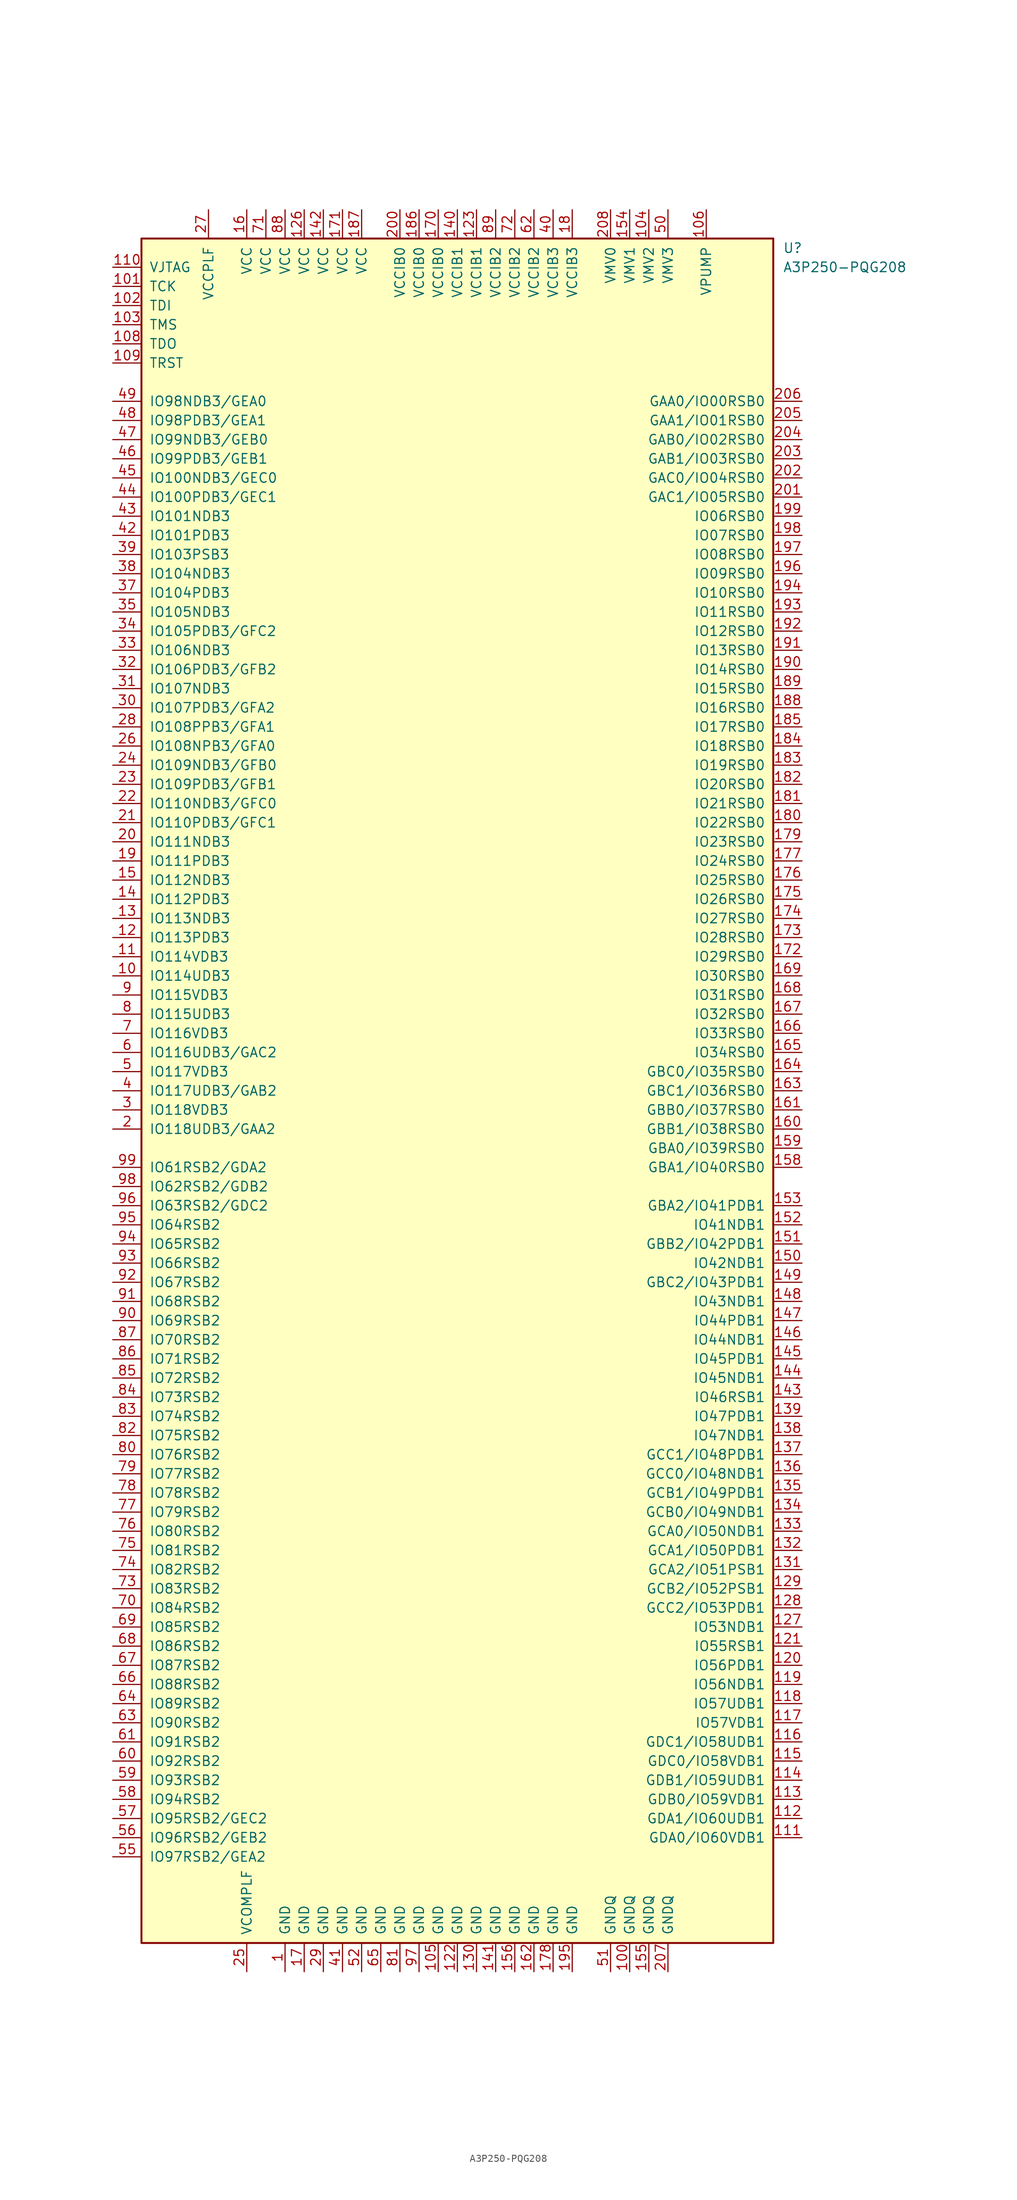
<source format=kicad_sym>
(kicad_symbol_lib
  (version 20231120)
  (generator "kicad_symbol_editor")
  (generator_version "8.0")
  (symbol "A3P250-PQG208"
    (pin_names
      (offset 1.016))
    (property "Reference" "U"
      (at 43.18 111.76 0)
      (effects (font (size 1.27 1.27)) (justify left)))
    (property "Value" "A3P250-PQG208"
      (at 43.18 109.22 0)
      (effects (font (size 1.27 1.27)) (justify left)))
    (symbol "A3P250-PQG208_1_0"
      (rectangle (start -41.91 -113.03) (end 41.91 113.03) (stroke (width 0.254) (type default)) (fill (type background))))
    (symbol "A3P250-PQG208_1_1"
      (pin power_in line (at -22.86 -116.84 90) (length 3.81) (name "GND" (effects (font (size 1.27 1.27)))) (number "1" (effects (font (size 1.27 1.27)))))
      (pin bidirectional line (at -45.72 15.24 0) (length 3.81) (name "IO114UDB3" (effects (font (size 1.27 1.27)))) (number "10" (effects (font (size 1.27 1.27)))))
      (pin power_in line (at 22.86 -116.84 90) (length 3.81) (name "GNDQ" (effects (font (size 1.27 1.27)))) (number "100" (effects (font (size 1.27 1.27)))))
      (pin bidirectional line (at -45.72 106.68 0) (length 3.81) (name "TCK" (effects (font (size 1.27 1.27)))) (number "101" (effects (font (size 1.27 1.27)))))
      (pin bidirectional line (at -45.72 104.14 0) (length 3.81) (name "TDI" (effects (font (size 1.27 1.27)))) (number "102" (effects (font (size 1.27 1.27)))))
      (pin bidirectional line (at -45.72 101.6 0) (length 3.81) (name "TMS" (effects (font (size 1.27 1.27)))) (number "103" (effects (font (size 1.27 1.27)))))
      (pin power_in line (at 25.4 116.84 270) (length 3.81) (name "VMV2" (effects (font (size 1.27 1.27)))) (number "104" (effects (font (size 1.27 1.27)))))
      (pin power_in line (at -2.54 -116.84 90) (length 3.81) (name "GND" (effects (font (size 1.27 1.27)))) (number "105" (effects (font (size 1.27 1.27)))))
      (pin power_in line (at 33.02 116.84 270) (length 3.81) (name "VPUMP" (effects (font (size 1.27 1.27)))) (number "106" (effects (font (size 1.27 1.27)))))
      (pin bidirectional line (at -45.72 99.06 0) (length 3.81) (name "TDO" (effects (font (size 1.27 1.27)))) (number "108" (effects (font (size 1.27 1.27)))))
      (pin bidirectional line (at -45.72 96.52 0) (length 3.81) (name "TRST" (effects (font (size 1.27 1.27)))) (number "109" (effects (font (size 1.27 1.27)))))
      (pin bidirectional line (at -45.72 17.78 0) (length 3.81) (name "IO114VDB3" (effects (font (size 1.27 1.27)))) (number "11" (effects (font (size 1.27 1.27)))))
      (pin power_in line (at -45.72 109.22 0) (length 3.81) (name "VJTAG" (effects (font (size 1.27 1.27)))) (number "110" (effects (font (size 1.27 1.27)))))
      (pin bidirectional line (at 45.72 -99.06 180) (length 3.81) (name "GDA0/IO60VDB1" (effects (font (size 1.27 1.27)))) (number "111" (effects (font (size 1.27 1.27)))))
      (pin bidirectional line (at 45.72 -96.52 180) (length 3.81) (name "GDA1/IO60UDB1" (effects (font (size 1.27 1.27)))) (number "112" (effects (font (size 1.27 1.27)))))
      (pin bidirectional line (at 45.72 -93.98 180) (length 3.81) (name "GDB0/IO59VDB1" (effects (font (size 1.27 1.27)))) (number "113" (effects (font (size 1.27 1.27)))))
      (pin bidirectional line (at 45.72 -91.44 180) (length 3.81) (name "GDB1/IO59UDB1" (effects (font (size 1.27 1.27)))) (number "114" (effects (font (size 1.27 1.27)))))
      (pin bidirectional line (at 45.72 -88.9 180) (length 3.81) (name "GDC0/IO58VDB1" (effects (font (size 1.27 1.27)))) (number "115" (effects (font (size 1.27 1.27)))))
      (pin bidirectional line (at 45.72 -86.36 180) (length 3.81) (name "GDC1/IO58UDB1" (effects (font (size 1.27 1.27)))) (number "116" (effects (font (size 1.27 1.27)))))
      (pin bidirectional line (at 45.72 -83.82 180) (length 3.81) (name "IO57VDB1" (effects (font (size 1.27 1.27)))) (number "117" (effects (font (size 1.27 1.27)))))
      (pin bidirectional line (at 45.72 -81.28 180) (length 3.81) (name "IO57UDB1" (effects (font (size 1.27 1.27)))) (number "118" (effects (font (size 1.27 1.27)))))
      (pin bidirectional line (at 45.72 -78.74 180) (length 3.81) (name "IO56NDB1" (effects (font (size 1.27 1.27)))) (number "119" (effects (font (size 1.27 1.27)))))
      (pin bidirectional line (at -45.72 20.32 0) (length 3.81) (name "IO113PDB3" (effects (font (size 1.27 1.27)))) (number "12" (effects (font (size 1.27 1.27)))))
      (pin bidirectional line (at 45.72 -76.2 180) (length 3.81) (name "IO56PDB1" (effects (font (size 1.27 1.27)))) (number "120" (effects (font (size 1.27 1.27)))))
      (pin bidirectional line (at 45.72 -73.66 180) (length 3.81) (name "IO55RSB1" (effects (font (size 1.27 1.27)))) (number "121" (effects (font (size 1.27 1.27)))))
      (pin power_in line (at 0 -116.84 90) (length 3.81) (name "GND" (effects (font (size 1.27 1.27)))) (number "122" (effects (font (size 1.27 1.27)))))
      (pin power_in line (at 2.54 116.84 270) (length 3.81) (name "VCCIB1" (effects (font (size 1.27 1.27)))) (number "123" (effects (font (size 1.27 1.27)))))
      (pin power_in line (at -20.32 116.84 270) (length 3.81) (name "VCC" (effects (font (size 1.27 1.27)))) (number "126" (effects (font (size 1.27 1.27)))))
      (pin bidirectional line (at 45.72 -71.12 180) (length 3.81) (name "IO53NDB1" (effects (font (size 1.27 1.27)))) (number "127" (effects (font (size 1.27 1.27)))))
      (pin bidirectional line (at 45.72 -68.58 180) (length 3.81) (name "GCC2/IO53PDB1" (effects (font (size 1.27 1.27)))) (number "128" (effects (font (size 1.27 1.27)))))
      (pin bidirectional line (at 45.72 -66.04 180) (length 3.81) (name "GCB2/IO52PSB1" (effects (font (size 1.27 1.27)))) (number "129" (effects (font (size 1.27 1.27)))))
      (pin bidirectional line (at -45.72 22.86 0) (length 3.81) (name "IO113NDB3" (effects (font (size 1.27 1.27)))) (number "13" (effects (font (size 1.27 1.27)))))
      (pin power_in line (at 2.54 -116.84 90) (length 3.81) (name "GND" (effects (font (size 1.27 1.27)))) (number "130" (effects (font (size 1.27 1.27)))))
      (pin bidirectional line (at 45.72 -63.5 180) (length 3.81) (name "GCA2/IO51PSB1" (effects (font (size 1.27 1.27)))) (number "131" (effects (font (size 1.27 1.27)))))
      (pin bidirectional line (at 45.72 -60.96 180) (length 3.81) (name "GCA1/IO50PDB1" (effects (font (size 1.27 1.27)))) (number "132" (effects (font (size 1.27 1.27)))))
      (pin bidirectional line (at 45.72 -58.42 180) (length 3.81) (name "GCA0/IO50NDB1" (effects (font (size 1.27 1.27)))) (number "133" (effects (font (size 1.27 1.27)))))
      (pin bidirectional line (at 45.72 -55.88 180) (length 3.81) (name "GCB0/IO49NDB1" (effects (font (size 1.27 1.27)))) (number "134" (effects (font (size 1.27 1.27)))))
      (pin bidirectional line (at 45.72 -53.34 180) (length 3.81) (name "GCB1/IO49PDB1" (effects (font (size 1.27 1.27)))) (number "135" (effects (font (size 1.27 1.27)))))
      (pin bidirectional line (at 45.72 -50.8 180) (length 3.81) (name "GCC0/IO48NDB1" (effects (font (size 1.27 1.27)))) (number "136" (effects (font (size 1.27 1.27)))))
      (pin bidirectional line (at 45.72 -48.26 180) (length 3.81) (name "GCC1/IO48PDB1" (effects (font (size 1.27 1.27)))) (number "137" (effects (font (size 1.27 1.27)))))
      (pin bidirectional line (at 45.72 -45.72 180) (length 3.81) (name "IO47NDB1" (effects (font (size 1.27 1.27)))) (number "138" (effects (font (size 1.27 1.27)))))
      (pin bidirectional line (at 45.72 -43.18 180) (length 3.81) (name "IO47PDB1" (effects (font (size 1.27 1.27)))) (number "139" (effects (font (size 1.27 1.27)))))
      (pin bidirectional line (at -45.72 25.4 0) (length 3.81) (name "IO112PDB3" (effects (font (size 1.27 1.27)))) (number "14" (effects (font (size 1.27 1.27)))))
      (pin power_in line (at 0 116.84 270) (length 3.81) (name "VCCIB1" (effects (font (size 1.27 1.27)))) (number "140" (effects (font (size 1.27 1.27)))))
      (pin power_in line (at 5.08 -116.84 90) (length 3.81) (name "GND" (effects (font (size 1.27 1.27)))) (number "141" (effects (font (size 1.27 1.27)))))
      (pin power_in line (at -17.78 116.84 270) (length 3.81) (name "VCC" (effects (font (size 1.27 1.27)))) (number "142" (effects (font (size 1.27 1.27)))))
      (pin bidirectional line (at 45.72 -40.64 180) (length 3.81) (name "IO46RSB1" (effects (font (size 1.27 1.27)))) (number "143" (effects (font (size 1.27 1.27)))))
      (pin bidirectional line (at 45.72 -38.1 180) (length 3.81) (name "IO45NDB1" (effects (font (size 1.27 1.27)))) (number "144" (effects (font (size 1.27 1.27)))))
      (pin bidirectional line (at 45.72 -35.56 180) (length 3.81) (name "IO45PDB1" (effects (font (size 1.27 1.27)))) (number "145" (effects (font (size 1.27 1.27)))))
      (pin bidirectional line (at 45.72 -33.02 180) (length 3.81) (name "IO44NDB1" (effects (font (size 1.27 1.27)))) (number "146" (effects (font (size 1.27 1.27)))))
      (pin bidirectional line (at 45.72 -30.48 180) (length 3.81) (name "IO44PDB1" (effects (font (size 1.27 1.27)))) (number "147" (effects (font (size 1.27 1.27)))))
      (pin bidirectional line (at 45.72 -27.94 180) (length 3.81) (name "IO43NDB1" (effects (font (size 1.27 1.27)))) (number "148" (effects (font (size 1.27 1.27)))))
      (pin bidirectional line (at 45.72 -25.4 180) (length 3.81) (name "GBC2/IO43PDB1" (effects (font (size 1.27 1.27)))) (number "149" (effects (font (size 1.27 1.27)))))
      (pin bidirectional line (at -45.72 27.94 0) (length 3.81) (name "IO112NDB3" (effects (font (size 1.27 1.27)))) (number "15" (effects (font (size 1.27 1.27)))))
      (pin bidirectional line (at 45.72 -22.86 180) (length 3.81) (name "IO42NDB1" (effects (font (size 1.27 1.27)))) (number "150" (effects (font (size 1.27 1.27)))))
      (pin bidirectional line (at 45.72 -20.32 180) (length 3.81) (name "GBB2/IO42PDB1" (effects (font (size 1.27 1.27)))) (number "151" (effects (font (size 1.27 1.27)))))
      (pin bidirectional line (at 45.72 -17.78 180) (length 3.81) (name "IO41NDB1" (effects (font (size 1.27 1.27)))) (number "152" (effects (font (size 1.27 1.27)))))
      (pin bidirectional line (at 45.72 -15.24 180) (length 3.81) (name "GBA2/IO41PDB1" (effects (font (size 1.27 1.27)))) (number "153" (effects (font (size 1.27 1.27)))))
      (pin power_in line (at 22.86 116.84 270) (length 3.81) (name "VMV1" (effects (font (size 1.27 1.27)))) (number "154" (effects (font (size 1.27 1.27)))))
      (pin power_in line (at 25.4 -116.84 90) (length 3.81) (name "GNDQ" (effects (font (size 1.27 1.27)))) (number "155" (effects (font (size 1.27 1.27)))))
      (pin power_in line (at 7.62 -116.84 90) (length 3.81) (name "GND" (effects (font (size 1.27 1.27)))) (number "156" (effects (font (size 1.27 1.27)))))
      (pin bidirectional line (at 45.72 -10.16 180) (length 3.81) (name "GBA1/IO40RSB0" (effects (font (size 1.27 1.27)))) (number "158" (effects (font (size 1.27 1.27)))))
      (pin bidirectional line (at 45.72 -7.62 180) (length 3.81) (name "GBA0/IO39RSB0" (effects (font (size 1.27 1.27)))) (number "159" (effects (font (size 1.27 1.27)))))
      (pin power_in line (at -27.94 116.84 270) (length 3.81) (name "VCC" (effects (font (size 1.27 1.27)))) (number "16" (effects (font (size 1.27 1.27)))))
      (pin bidirectional line (at 45.72 -5.08 180) (length 3.81) (name "GBB1/IO38RSB0" (effects (font (size 1.27 1.27)))) (number "160" (effects (font (size 1.27 1.27)))))
      (pin bidirectional line (at 45.72 -2.54 180) (length 3.81) (name "GBB0/IO37RSB0" (effects (font (size 1.27 1.27)))) (number "161" (effects (font (size 1.27 1.27)))))
      (pin power_in line (at 10.16 -116.84 90) (length 3.81) (name "GND" (effects (font (size 1.27 1.27)))) (number "162" (effects (font (size 1.27 1.27)))))
      (pin bidirectional line (at 45.72 0 180) (length 3.81) (name "GBC1/IO36RSB0" (effects (font (size 1.27 1.27)))) (number "163" (effects (font (size 1.27 1.27)))))
      (pin bidirectional line (at 45.72 2.54 180) (length 3.81) (name "GBC0/IO35RSB0" (effects (font (size 1.27 1.27)))) (number "164" (effects (font (size 1.27 1.27)))))
      (pin bidirectional line (at 45.72 5.08 180) (length 3.81) (name "IO34RSB0" (effects (font (size 1.27 1.27)))) (number "165" (effects (font (size 1.27 1.27)))))
      (pin bidirectional line (at 45.72 7.62 180) (length 3.81) (name "IO33RSB0" (effects (font (size 1.27 1.27)))) (number "166" (effects (font (size 1.27 1.27)))))
      (pin bidirectional line (at 45.72 10.16 180) (length 3.81) (name "IO32RSB0" (effects (font (size 1.27 1.27)))) (number "167" (effects (font (size 1.27 1.27)))))
      (pin bidirectional line (at 45.72 12.7 180) (length 3.81) (name "IO31RSB0" (effects (font (size 1.27 1.27)))) (number "168" (effects (font (size 1.27 1.27)))))
      (pin bidirectional line (at 45.72 15.24 180) (length 3.81) (name "IO30RSB0" (effects (font (size 1.27 1.27)))) (number "169" (effects (font (size 1.27 1.27)))))
      (pin power_in line (at -20.32 -116.84 90) (length 3.81) (name "GND" (effects (font (size 1.27 1.27)))) (number "17" (effects (font (size 1.27 1.27)))))
      (pin power_in line (at -2.54 116.84 270) (length 3.81) (name "VCCIB0" (effects (font (size 1.27 1.27)))) (number "170" (effects (font (size 1.27 1.27)))))
      (pin power_in line (at -15.24 116.84 270) (length 3.81) (name "VCC" (effects (font (size 1.27 1.27)))) (number "171" (effects (font (size 1.27 1.27)))))
      (pin bidirectional line (at 45.72 17.78 180) (length 3.81) (name "IO29RSB0" (effects (font (size 1.27 1.27)))) (number "172" (effects (font (size 1.27 1.27)))))
      (pin bidirectional line (at 45.72 20.32 180) (length 3.81) (name "IO28RSB0" (effects (font (size 1.27 1.27)))) (number "173" (effects (font (size 1.27 1.27)))))
      (pin bidirectional line (at 45.72 22.86 180) (length 3.81) (name "IO27RSB0" (effects (font (size 1.27 1.27)))) (number "174" (effects (font (size 1.27 1.27)))))
      (pin bidirectional line (at 45.72 25.4 180) (length 3.81) (name "IO26RSB0" (effects (font (size 1.27 1.27)))) (number "175" (effects (font (size 1.27 1.27)))))
      (pin bidirectional line (at 45.72 27.94 180) (length 3.81) (name "IO25RSB0" (effects (font (size 1.27 1.27)))) (number "176" (effects (font (size 1.27 1.27)))))
      (pin bidirectional line (at 45.72 30.48 180) (length 3.81) (name "IO24RSB0" (effects (font (size 1.27 1.27)))) (number "177" (effects (font (size 1.27 1.27)))))
      (pin power_in line (at 12.7 -116.84 90) (length 3.81) (name "GND" (effects (font (size 1.27 1.27)))) (number "178" (effects (font (size 1.27 1.27)))))
      (pin bidirectional line (at 45.72 33.02 180) (length 3.81) (name "IO23RSB0" (effects (font (size 1.27 1.27)))) (number "179" (effects (font (size 1.27 1.27)))))
      (pin power_in line (at 15.24 116.84 270) (length 3.81) (name "VCCIB3" (effects (font (size 1.27 1.27)))) (number "18" (effects (font (size 1.27 1.27)))))
      (pin bidirectional line (at 45.72 35.56 180) (length 3.81) (name "IO22RSB0" (effects (font (size 1.27 1.27)))) (number "180" (effects (font (size 1.27 1.27)))))
      (pin bidirectional line (at 45.72 38.1 180) (length 3.81) (name "IO21RSB0" (effects (font (size 1.27 1.27)))) (number "181" (effects (font (size 1.27 1.27)))))
      (pin bidirectional line (at 45.72 40.64 180) (length 3.81) (name "IO20RSB0" (effects (font (size 1.27 1.27)))) (number "182" (effects (font (size 1.27 1.27)))))
      (pin bidirectional line (at 45.72 43.18 180) (length 3.81) (name "IO19RSB0" (effects (font (size 1.27 1.27)))) (number "183" (effects (font (size 1.27 1.27)))))
      (pin bidirectional line (at 45.72 45.72 180) (length 3.81) (name "IO18RSB0" (effects (font (size 1.27 1.27)))) (number "184" (effects (font (size 1.27 1.27)))))
      (pin bidirectional line (at 45.72 48.26 180) (length 3.81) (name "IO17RSB0" (effects (font (size 1.27 1.27)))) (number "185" (effects (font (size 1.27 1.27)))))
      (pin power_in line (at -5.08 116.84 270) (length 3.81) (name "VCCIB0" (effects (font (size 1.27 1.27)))) (number "186" (effects (font (size 1.27 1.27)))))
      (pin power_in line (at -12.7 116.84 270) (length 3.81) (name "VCC" (effects (font (size 1.27 1.27)))) (number "187" (effects (font (size 1.27 1.27)))))
      (pin bidirectional line (at 45.72 50.8 180) (length 3.81) (name "IO16RSB0" (effects (font (size 1.27 1.27)))) (number "188" (effects (font (size 1.27 1.27)))))
      (pin bidirectional line (at 45.72 53.34 180) (length 3.81) (name "IO15RSB0" (effects (font (size 1.27 1.27)))) (number "189" (effects (font (size 1.27 1.27)))))
      (pin bidirectional line (at -45.72 30.48 0) (length 3.81) (name "IO111PDB3" (effects (font (size 1.27 1.27)))) (number "19" (effects (font (size 1.27 1.27)))))
      (pin bidirectional line (at 45.72 55.88 180) (length 3.81) (name "IO14RSB0" (effects (font (size 1.27 1.27)))) (number "190" (effects (font (size 1.27 1.27)))))
      (pin bidirectional line (at 45.72 58.42 180) (length 3.81) (name "IO13RSB0" (effects (font (size 1.27 1.27)))) (number "191" (effects (font (size 1.27 1.27)))))
      (pin bidirectional line (at 45.72 60.96 180) (length 3.81) (name "IO12RSB0" (effects (font (size 1.27 1.27)))) (number "192" (effects (font (size 1.27 1.27)))))
      (pin bidirectional line (at 45.72 63.5 180) (length 3.81) (name "IO11RSB0" (effects (font (size 1.27 1.27)))) (number "193" (effects (font (size 1.27 1.27)))))
      (pin bidirectional line (at 45.72 66.04 180) (length 3.81) (name "IO10RSB0" (effects (font (size 1.27 1.27)))) (number "194" (effects (font (size 1.27 1.27)))))
      (pin power_in line (at 15.24 -116.84 90) (length 3.81) (name "GND" (effects (font (size 1.27 1.27)))) (number "195" (effects (font (size 1.27 1.27)))))
      (pin bidirectional line (at 45.72 68.58 180) (length 3.81) (name "IO09RSB0" (effects (font (size 1.27 1.27)))) (number "196" (effects (font (size 1.27 1.27)))))
      (pin bidirectional line (at 45.72 71.12 180) (length 3.81) (name "IO08RSB0" (effects (font (size 1.27 1.27)))) (number "197" (effects (font (size 1.27 1.27)))))
      (pin bidirectional line (at 45.72 73.66 180) (length 3.81) (name "IO07RSB0" (effects (font (size 1.27 1.27)))) (number "198" (effects (font (size 1.27 1.27)))))
      (pin bidirectional line (at 45.72 76.2 180) (length 3.81) (name "IO06RSB0" (effects (font (size 1.27 1.27)))) (number "199" (effects (font (size 1.27 1.27)))))
      (pin bidirectional line (at -45.72 -5.08 0) (length 3.81) (name "IO118UDB3/GAA2" (effects (font (size 1.27 1.27)))) (number "2" (effects (font (size 1.27 1.27)))))
      (pin bidirectional line (at -45.72 33.02 0) (length 3.81) (name "IO111NDB3" (effects (font (size 1.27 1.27)))) (number "20" (effects (font (size 1.27 1.27)))))
      (pin power_in line (at -7.62 116.84 270) (length 3.81) (name "VCCIB0" (effects (font (size 1.27 1.27)))) (number "200" (effects (font (size 1.27 1.27)))))
      (pin bidirectional line (at 45.72 78.74 180) (length 3.81) (name "GAC1/IO05RSB0" (effects (font (size 1.27 1.27)))) (number "201" (effects (font (size 1.27 1.27)))))
      (pin bidirectional line (at 45.72 81.28 180) (length 3.81) (name "GAC0/IO04RSB0" (effects (font (size 1.27 1.27)))) (number "202" (effects (font (size 1.27 1.27)))))
      (pin bidirectional line (at 45.72 83.82 180) (length 3.81) (name "GAB1/IO03RSB0" (effects (font (size 1.27 1.27)))) (number "203" (effects (font (size 1.27 1.27)))))
      (pin bidirectional line (at 45.72 86.36 180) (length 3.81) (name "GAB0/IO02RSB0" (effects (font (size 1.27 1.27)))) (number "204" (effects (font (size 1.27 1.27)))))
      (pin bidirectional line (at 45.72 88.9 180) (length 3.81) (name "GAA1/IO01RSB0" (effects (font (size 1.27 1.27)))) (number "205" (effects (font (size 1.27 1.27)))))
      (pin bidirectional line (at 45.72 91.44 180) (length 3.81) (name "GAA0/IO00RSB0" (effects (font (size 1.27 1.27)))) (number "206" (effects (font (size 1.27 1.27)))))
      (pin power_in line (at 27.94 -116.84 90) (length 3.81) (name "GNDQ" (effects (font (size 1.27 1.27)))) (number "207" (effects (font (size 1.27 1.27)))))
      (pin power_in line (at 20.32 116.84 270) (length 3.81) (name "VMV0" (effects (font (size 1.27 1.27)))) (number "208" (effects (font (size 1.27 1.27)))))
      (pin bidirectional line (at -45.72 35.56 0) (length 3.81) (name "IO110PDB3/GFC1" (effects (font (size 1.27 1.27)))) (number "21" (effects (font (size 1.27 1.27)))))
      (pin bidirectional line (at -45.72 38.1 0) (length 3.81) (name "IO110NDB3/GFC0" (effects (font (size 1.27 1.27)))) (number "22" (effects (font (size 1.27 1.27)))))
      (pin bidirectional line (at -45.72 40.64 0) (length 3.81) (name "IO109PDB3/GFB1" (effects (font (size 1.27 1.27)))) (number "23" (effects (font (size 1.27 1.27)))))
      (pin bidirectional line (at -45.72 43.18 0) (length 3.81) (name "IO109NDB3/GFB0" (effects (font (size 1.27 1.27)))) (number "24" (effects (font (size 1.27 1.27)))))
      (pin power_in line (at -27.94 -116.84 90) (length 3.81) (name "VCOMPLF" (effects (font (size 1.27 1.27)))) (number "25" (effects (font (size 1.27 1.27)))))
      (pin bidirectional line (at -45.72 45.72 0) (length 3.81) (name "IO108NPB3/GFA0" (effects (font (size 1.27 1.27)))) (number "26" (effects (font (size 1.27 1.27)))))
      (pin power_in line (at -33.02 116.84 270) (length 3.81) (name "VCCPLF" (effects (font (size 1.27 1.27)))) (number "27" (effects (font (size 1.27 1.27)))))
      (pin bidirectional line (at -45.72 48.26 0) (length 3.81) (name "IO108PPB3/GFA1" (effects (font (size 1.27 1.27)))) (number "28" (effects (font (size 1.27 1.27)))))
      (pin power_in line (at -17.78 -116.84 90) (length 3.81) (name "GND" (effects (font (size 1.27 1.27)))) (number "29" (effects (font (size 1.27 1.27)))))
      (pin bidirectional line (at -45.72 -2.54 0) (length 3.81) (name "IO118VDB3" (effects (font (size 1.27 1.27)))) (number "3" (effects (font (size 1.27 1.27)))))
      (pin bidirectional line (at -45.72 50.8 0) (length 3.81) (name "IO107PDB3/GFA2" (effects (font (size 1.27 1.27)))) (number "30" (effects (font (size 1.27 1.27)))))
      (pin bidirectional line (at -45.72 53.34 0) (length 3.81) (name "IO107NDB3" (effects (font (size 1.27 1.27)))) (number "31" (effects (font (size 1.27 1.27)))))
      (pin bidirectional line (at -45.72 55.88 0) (length 3.81) (name "IO106PDB3/GFB2" (effects (font (size 1.27 1.27)))) (number "32" (effects (font (size 1.27 1.27)))))
      (pin bidirectional line (at -45.72 58.42 0) (length 3.81) (name "IO106NDB3" (effects (font (size 1.27 1.27)))) (number "33" (effects (font (size 1.27 1.27)))))
      (pin bidirectional line (at -45.72 60.96 0) (length 3.81) (name "IO105PDB3/GFC2" (effects (font (size 1.27 1.27)))) (number "34" (effects (font (size 1.27 1.27)))))
      (pin bidirectional line (at -45.72 63.5 0) (length 3.81) (name "IO105NDB3" (effects (font (size 1.27 1.27)))) (number "35" (effects (font (size 1.27 1.27)))))
      (pin bidirectional line (at -45.72 66.04 0) (length 3.81) (name "IO104PDB3" (effects (font (size 1.27 1.27)))) (number "37" (effects (font (size 1.27 1.27)))))
      (pin bidirectional line (at -45.72 68.58 0) (length 3.81) (name "IO104NDB3" (effects (font (size 1.27 1.27)))) (number "38" (effects (font (size 1.27 1.27)))))
      (pin bidirectional line (at -45.72 71.12 0) (length 3.81) (name "IO103PSB3" (effects (font (size 1.27 1.27)))) (number "39" (effects (font (size 1.27 1.27)))))
      (pin bidirectional line (at -45.72 0 0) (length 3.81) (name "IO117UDB3/GAB2" (effects (font (size 1.27 1.27)))) (number "4" (effects (font (size 1.27 1.27)))))
      (pin power_in line (at 12.7 116.84 270) (length 3.81) (name "VCCIB3" (effects (font (size 1.27 1.27)))) (number "40" (effects (font (size 1.27 1.27)))))
      (pin power_in line (at -15.24 -116.84 90) (length 3.81) (name "GND" (effects (font (size 1.27 1.27)))) (number "41" (effects (font (size 1.27 1.27)))))
      (pin bidirectional line (at -45.72 73.66 0) (length 3.81) (name "IO101PDB3" (effects (font (size 1.27 1.27)))) (number "42" (effects (font (size 1.27 1.27)))))
      (pin bidirectional line (at -45.72 76.2 0) (length 3.81) (name "IO101NDB3" (effects (font (size 1.27 1.27)))) (number "43" (effects (font (size 1.27 1.27)))))
      (pin bidirectional line (at -45.72 78.74 0) (length 3.81) (name "IO100PDB3/GEC1" (effects (font (size 1.27 1.27)))) (number "44" (effects (font (size 1.27 1.27)))))
      (pin bidirectional line (at -45.72 81.28 0) (length 3.81) (name "IO100NDB3/GEC0" (effects (font (size 1.27 1.27)))) (number "45" (effects (font (size 1.27 1.27)))))
      (pin bidirectional line (at -45.72 83.82 0) (length 3.81) (name "IO99PDB3/GEB1" (effects (font (size 1.27 1.27)))) (number "46" (effects (font (size 1.27 1.27)))))
      (pin bidirectional line (at -45.72 86.36 0) (length 3.81) (name "IO99NDB3/GEB0" (effects (font (size 1.27 1.27)))) (number "47" (effects (font (size 1.27 1.27)))))
      (pin bidirectional line (at -45.72 88.9 0) (length 3.81) (name "IO98PDB3/GEA1" (effects (font (size 1.27 1.27)))) (number "48" (effects (font (size 1.27 1.27)))))
      (pin bidirectional line (at -45.72 91.44 0) (length 3.81) (name "IO98NDB3/GEA0" (effects (font (size 1.27 1.27)))) (number "49" (effects (font (size 1.27 1.27)))))
      (pin bidirectional line (at -45.72 2.54 0) (length 3.81) (name "IO117VDB3" (effects (font (size 1.27 1.27)))) (number "5" (effects (font (size 1.27 1.27)))))
      (pin power_in line (at 27.94 116.84 270) (length 3.81) (name "VMV3" (effects (font (size 1.27 1.27)))) (number "50" (effects (font (size 1.27 1.27)))))
      (pin power_in line (at 20.32 -116.84 90) (length 3.81) (name "GNDQ" (effects (font (size 1.27 1.27)))) (number "51" (effects (font (size 1.27 1.27)))))
      (pin power_in line (at -12.7 -116.84 90) (length 3.81) (name "GND" (effects (font (size 1.27 1.27)))) (number "52" (effects (font (size 1.27 1.27)))))
      (pin bidirectional line (at -45.72 -101.6 0) (length 3.81) (name "IO97RSB2/GEA2" (effects (font (size 1.27 1.27)))) (number "55" (effects (font (size 1.27 1.27)))))
      (pin bidirectional line (at -45.72 -99.06 0) (length 3.81) (name "IO96RSB2/GEB2" (effects (font (size 1.27 1.27)))) (number "56" (effects (font (size 1.27 1.27)))))
      (pin bidirectional line (at -45.72 -96.52 0) (length 3.81) (name "IO95RSB2/GEC2" (effects (font (size 1.27 1.27)))) (number "57" (effects (font (size 1.27 1.27)))))
      (pin bidirectional line (at -45.72 -93.98 0) (length 3.81) (name "IO94RSB2" (effects (font (size 1.27 1.27)))) (number "58" (effects (font (size 1.27 1.27)))))
      (pin bidirectional line (at -45.72 -91.44 0) (length 3.81) (name "IO93RSB2" (effects (font (size 1.27 1.27)))) (number "59" (effects (font (size 1.27 1.27)))))
      (pin bidirectional line (at -45.72 5.08 0) (length 3.81) (name "IO116UDB3/GAC2" (effects (font (size 1.27 1.27)))) (number "6" (effects (font (size 1.27 1.27)))))
      (pin bidirectional line (at -45.72 -88.9 0) (length 3.81) (name "IO92RSB2" (effects (font (size 1.27 1.27)))) (number "60" (effects (font (size 1.27 1.27)))))
      (pin bidirectional line (at -45.72 -86.36 0) (length 3.81) (name "IO91RSB2" (effects (font (size 1.27 1.27)))) (number "61" (effects (font (size 1.27 1.27)))))
      (pin power_in line (at 10.16 116.84 270) (length 3.81) (name "VCCIB2" (effects (font (size 1.27 1.27)))) (number "62" (effects (font (size 1.27 1.27)))))
      (pin bidirectional line (at -45.72 -83.82 0) (length 3.81) (name "IO90RSB2" (effects (font (size 1.27 1.27)))) (number "63" (effects (font (size 1.27 1.27)))))
      (pin bidirectional line (at -45.72 -81.28 0) (length 3.81) (name "IO89RSB2" (effects (font (size 1.27 1.27)))) (number "64" (effects (font (size 1.27 1.27)))))
      (pin power_in line (at -10.16 -116.84 90) (length 3.81) (name "GND" (effects (font (size 1.27 1.27)))) (number "65" (effects (font (size 1.27 1.27)))))
      (pin bidirectional line (at -45.72 -78.74 0) (length 3.81) (name "IO88RSB2" (effects (font (size 1.27 1.27)))) (number "66" (effects (font (size 1.27 1.27)))))
      (pin bidirectional line (at -45.72 -76.2 0) (length 3.81) (name "IO87RSB2" (effects (font (size 1.27 1.27)))) (number "67" (effects (font (size 1.27 1.27)))))
      (pin bidirectional line (at -45.72 -73.66 0) (length 3.81) (name "IO86RSB2" (effects (font (size 1.27 1.27)))) (number "68" (effects (font (size 1.27 1.27)))))
      (pin bidirectional line (at -45.72 -71.12 0) (length 3.81) (name "IO85RSB2" (effects (font (size 1.27 1.27)))) (number "69" (effects (font (size 1.27 1.27)))))
      (pin bidirectional line (at -45.72 7.62 0) (length 3.81) (name "IO116VDB3" (effects (font (size 1.27 1.27)))) (number "7" (effects (font (size 1.27 1.27)))))
      (pin bidirectional line (at -45.72 -68.58 0) (length 3.81) (name "IO84RSB2" (effects (font (size 1.27 1.27)))) (number "70" (effects (font (size 1.27 1.27)))))
      (pin power_in line (at -25.4 116.84 270) (length 3.81) (name "VCC" (effects (font (size 1.27 1.27)))) (number "71" (effects (font (size 1.27 1.27)))))
      (pin power_in line (at 7.62 116.84 270) (length 3.81) (name "VCCIB2" (effects (font (size 1.27 1.27)))) (number "72" (effects (font (size 1.27 1.27)))))
      (pin bidirectional line (at -45.72 -66.04 0) (length 3.81) (name "IO83RSB2" (effects (font (size 1.27 1.27)))) (number "73" (effects (font (size 1.27 1.27)))))
      (pin bidirectional line (at -45.72 -63.5 0) (length 3.81) (name "IO82RSB2" (effects (font (size 1.27 1.27)))) (number "74" (effects (font (size 1.27 1.27)))))
      (pin bidirectional line (at -45.72 -60.96 0) (length 3.81) (name "IO81RSB2" (effects (font (size 1.27 1.27)))) (number "75" (effects (font (size 1.27 1.27)))))
      (pin bidirectional line (at -45.72 -58.42 0) (length 3.81) (name "IO80RSB2" (effects (font (size 1.27 1.27)))) (number "76" (effects (font (size 1.27 1.27)))))
      (pin bidirectional line (at -45.72 -55.88 0) (length 3.81) (name "IO79RSB2" (effects (font (size 1.27 1.27)))) (number "77" (effects (font (size 1.27 1.27)))))
      (pin bidirectional line (at -45.72 -53.34 0) (length 3.81) (name "IO78RSB2" (effects (font (size 1.27 1.27)))) (number "78" (effects (font (size 1.27 1.27)))))
      (pin bidirectional line (at -45.72 -50.8 0) (length 3.81) (name "IO77RSB2" (effects (font (size 1.27 1.27)))) (number "79" (effects (font (size 1.27 1.27)))))
      (pin bidirectional line (at -45.72 10.16 0) (length 3.81) (name "IO115UDB3" (effects (font (size 1.27 1.27)))) (number "8" (effects (font (size 1.27 1.27)))))
      (pin bidirectional line (at -45.72 -48.26 0) (length 3.81) (name "IO76RSB2" (effects (font (size 1.27 1.27)))) (number "80" (effects (font (size 1.27 1.27)))))
      (pin power_in line (at -7.62 -116.84 90) (length 3.81) (name "GND" (effects (font (size 1.27 1.27)))) (number "81" (effects (font (size 1.27 1.27)))))
      (pin bidirectional line (at -45.72 -45.72 0) (length 3.81) (name "IO75RSB2" (effects (font (size 1.27 1.27)))) (number "82" (effects (font (size 1.27 1.27)))))
      (pin bidirectional line (at -45.72 -43.18 0) (length 3.81) (name "IO74RSB2" (effects (font (size 1.27 1.27)))) (number "83" (effects (font (size 1.27 1.27)))))
      (pin bidirectional line (at -45.72 -40.64 0) (length 3.81) (name "IO73RSB2" (effects (font (size 1.27 1.27)))) (number "84" (effects (font (size 1.27 1.27)))))
      (pin bidirectional line (at -45.72 -38.1 0) (length 3.81) (name "IO72RSB2" (effects (font (size 1.27 1.27)))) (number "85" (effects (font (size 1.27 1.27)))))
      (pin bidirectional line (at -45.72 -35.56 0) (length 3.81) (name "IO71RSB2" (effects (font (size 1.27 1.27)))) (number "86" (effects (font (size 1.27 1.27)))))
      (pin bidirectional line (at -45.72 -33.02 0) (length 3.81) (name "IO70RSB2" (effects (font (size 1.27 1.27)))) (number "87" (effects (font (size 1.27 1.27)))))
      (pin power_in line (at -22.86 116.84 270) (length 3.81) (name "VCC" (effects (font (size 1.27 1.27)))) (number "88" (effects (font (size 1.27 1.27)))))
      (pin power_in line (at 5.08 116.84 270) (length 3.81) (name "VCCIB2" (effects (font (size 1.27 1.27)))) (number "89" (effects (font (size 1.27 1.27)))))
      (pin bidirectional line (at -45.72 12.7 0) (length 3.81) (name "IO115VDB3" (effects (font (size 1.27 1.27)))) (number "9" (effects (font (size 1.27 1.27)))))
      (pin bidirectional line (at -45.72 -30.48 0) (length 3.81) (name "IO69RSB2" (effects (font (size 1.27 1.27)))) (number "90" (effects (font (size 1.27 1.27)))))
      (pin bidirectional line (at -45.72 -27.94 0) (length 3.81) (name "IO68RSB2" (effects (font (size 1.27 1.27)))) (number "91" (effects (font (size 1.27 1.27)))))
      (pin bidirectional line (at -45.72 -25.4 0) (length 3.81) (name "IO67RSB2" (effects (font (size 1.27 1.27)))) (number "92" (effects (font (size 1.27 1.27)))))
      (pin bidirectional line (at -45.72 -22.86 0) (length 3.81) (name "IO66RSB2" (effects (font (size 1.27 1.27)))) (number "93" (effects (font (size 1.27 1.27)))))
      (pin bidirectional line (at -45.72 -20.32 0) (length 3.81) (name "IO65RSB2" (effects (font (size 1.27 1.27)))) (number "94" (effects (font (size 1.27 1.27)))))
      (pin bidirectional line (at -45.72 -17.78 0) (length 3.81) (name "IO64RSB2" (effects (font (size 1.27 1.27)))) (number "95" (effects (font (size 1.27 1.27)))))
      (pin bidirectional line (at -45.72 -15.24 0) (length 3.81) (name "IO63RSB2/GDC2" (effects (font (size 1.27 1.27)))) (number "96" (effects (font (size 1.27 1.27)))))
      (pin power_in line (at -5.08 -116.84 90) (length 3.81) (name "GND" (effects (font (size 1.27 1.27)))) (number "97" (effects (font (size 1.27 1.27)))))
      (pin bidirectional line (at -45.72 -12.7 0) (length 3.81) (name "IO62RSB2/GDB2" (effects (font (size 1.27 1.27)))) (number "98" (effects (font (size 1.27 1.27)))))
      (pin bidirectional line (at -45.72 -10.16 0) (length 3.81) (name "IO61RSB2/GDA2" (effects (font (size 1.27 1.27)))) (number "99" (effects (font (size 1.27 1.27))))))))
</source>
